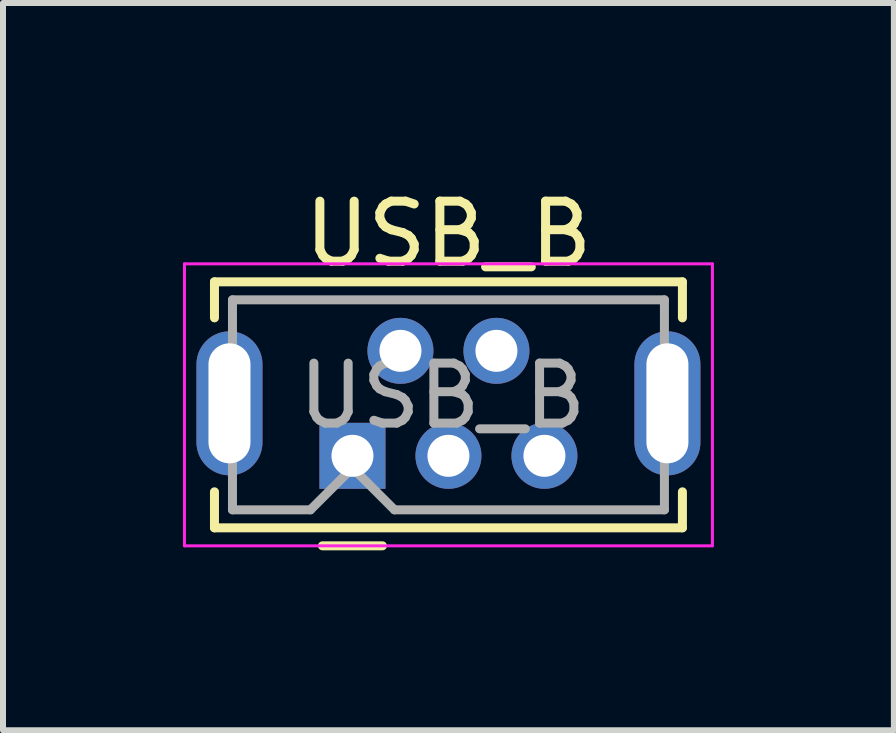
<source format=kicad_pcb>
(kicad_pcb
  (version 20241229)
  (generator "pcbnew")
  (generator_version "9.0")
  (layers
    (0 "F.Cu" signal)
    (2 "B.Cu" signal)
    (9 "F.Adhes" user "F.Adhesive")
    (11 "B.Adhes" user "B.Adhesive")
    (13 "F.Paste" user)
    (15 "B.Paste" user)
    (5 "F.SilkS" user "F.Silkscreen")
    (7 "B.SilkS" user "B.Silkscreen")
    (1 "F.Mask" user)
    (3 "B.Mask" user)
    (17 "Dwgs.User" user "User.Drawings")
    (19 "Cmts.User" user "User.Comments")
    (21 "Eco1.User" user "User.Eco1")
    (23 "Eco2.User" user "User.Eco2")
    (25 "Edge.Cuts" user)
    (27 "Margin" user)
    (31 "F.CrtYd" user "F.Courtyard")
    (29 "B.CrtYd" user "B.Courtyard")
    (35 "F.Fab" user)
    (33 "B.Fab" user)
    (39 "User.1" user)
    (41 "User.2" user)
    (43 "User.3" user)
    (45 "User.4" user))
  (footprint "USB_B"
    (layer "F.Cu")
    (at 2.825 4.548)
    (property "Reference" "USB_B" (at 1.6 -3.7 0) (layer "F.SilkS") (effects (font (size 1 1) (thickness 0.15))))
    (attr through_hole)
    (fp_line (start -2.3 -2.9) (end 5.5 -2.9) (stroke (width 0.15) (type solid)) (layer "F.SilkS"))
    (fp_line (start -2.3 -2.3) (end -2.3 -2.9) (stroke (width 0.15) (type solid)) (layer "F.SilkS"))
    (fp_line (start -2.3 0.6) (end -2.3 1.2) (stroke (width 0.15) (type solid)) (layer "F.SilkS"))
    (fp_line (start -2.3 1.2) (end 5.5 1.2) (stroke (width 0.15) (type solid)) (layer "F.SilkS"))
    (fp_line (start -0.5 1.5) (end 0.5 1.5) (stroke (width 0.15) (type solid)) (layer "F.SilkS"))
    (fp_line (start 5.5 -2.9) (end 5.5 -2.3) (stroke (width 0.15) (type solid)) (layer "F.SilkS"))
    (fp_line (start 5.5 1.2) (end 5.5 0.6) (stroke (width 0.15) (type solid)) (layer "F.SilkS"))
    (fp_line (start -2.8 -3.2) (end -2.8 1.5) (stroke (width 0.05) (type solid)) (layer "F.CrtYd"))
    (fp_line (start -2.8 1.5) (end 6 1.5) (stroke (width 0.05) (type solid)) (layer "F.CrtYd"))
    (fp_line (start 6 -3.2) (end -2.8 -3.2) (stroke (width 0.05) (type solid)) (layer "F.CrtYd"))
    (fp_line (start 6 1.5) (end 6 -3.2) (stroke (width 0.05) (type solid)) (layer "F.CrtYd"))
    (fp_line (start -2 0.9) (end -2 -2.6) (stroke (width 0.15) (type solid)) (layer "F.Fab"))
    (fp_line (start -2 0.9) (end -0.7 0.9) (stroke (width 0.15) (type solid)) (layer "F.Fab"))
    (fp_line (start -0.7 0.9) (end 0 0.2) (stroke (width 0.15) (type solid)) (layer "F.Fab"))
    (fp_line (start 0 0.2) (end 0.7 0.9) (stroke (width 0.15) (type solid)) (layer "F.Fab"))
    (fp_line (start 0.7 0.9) (end 5.2 0.9) (stroke (width 0.15) (type solid)) (layer "F.Fab"))
    (fp_line (start 5.2 -2.6) (end -2 -2.6) (stroke (width 0.15) (type solid)) (layer "F.Fab"))
    (fp_line (start 5.2 -2.6) (end 5.2 0.9) (stroke (width 0.15) (type solid)) (layer "F.Fab"))
    (fp_text user "${REFERENCE}" (at 1.5 -1 0) (layer "F.Fab") (effects (font (size 1 1) (thickness 0.15))))
    (pad "1" thru_hole rect (at 0 0) (size 1.1 1.1) (drill 0.7) (layers "*.Cu" "*.Mask"))
    (pad "2" thru_hole circle (at 0.8 -1.75) (size 1.1 1.1) (drill 0.7) (layers "*.Cu" "*.Mask"))
    (pad "3" thru_hole circle (at 1.6 0) (size 1.1 1.1) (drill 0.7) (layers "*.Cu" "*.Mask"))
    (pad "4" thru_hole circle (at 2.4 -1.75) (size 1.1 1.1) (drill 0.7) (layers "*.Cu" "*.Mask"))
    (pad "5" thru_hole circle (at 3.2 0) (size 1.1 1.1) (drill 0.7) (layers "*.Cu" "*.Mask"))
    (pad "6" thru_hole oval (at -2.05 -0.875) (size 1.1 2.4) (drill oval 0.7 2) (layers "*.Cu" "*.Mask"))
    (pad "6" thru_hole oval (at 5.25 -0.875) (size 1.1 2.4) (drill oval 0.7 2) (layers "*.Cu" "*.Mask")))
  (gr_rect
    (start -3 -3)
    (end 11.85 9.123)
    (stroke (width 0.1) (type default))
    (fill no)
    (layer "Edge.Cuts")))
</source>
